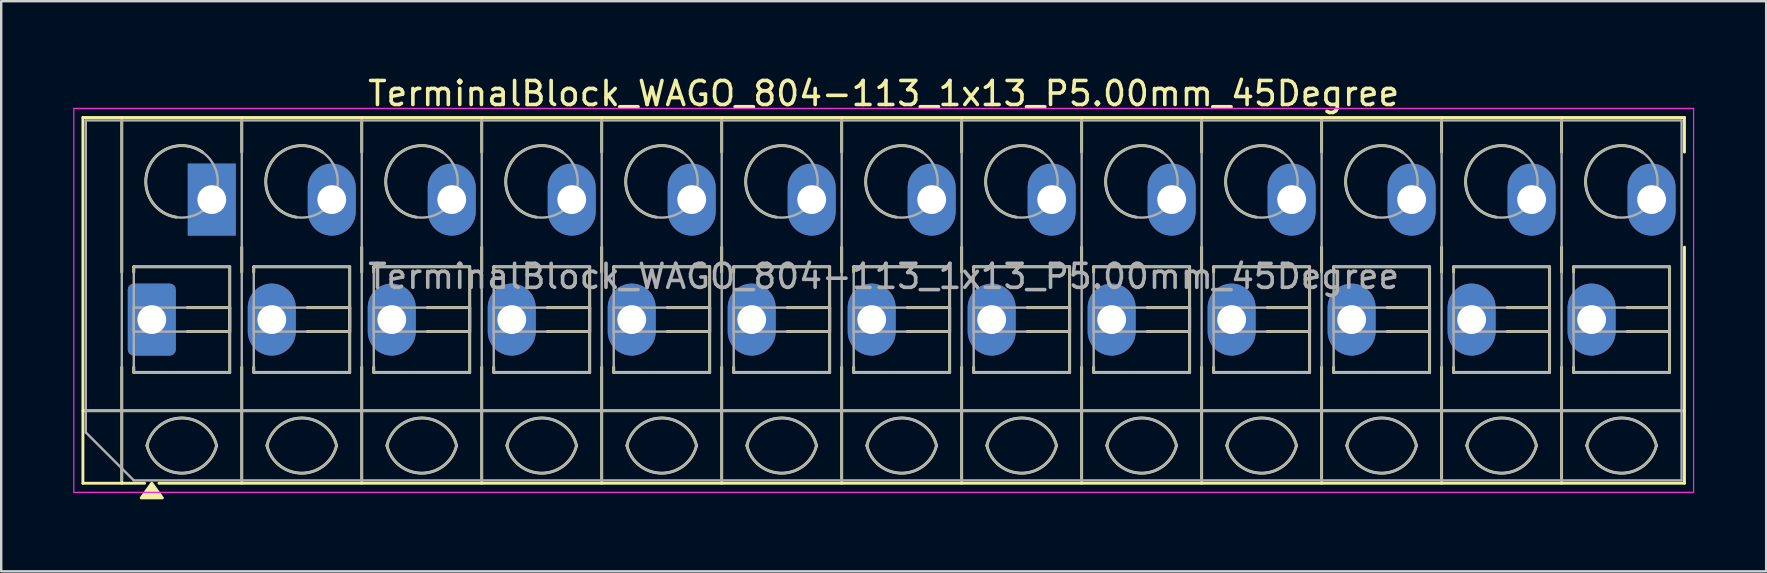
<source format=kicad_pcb>
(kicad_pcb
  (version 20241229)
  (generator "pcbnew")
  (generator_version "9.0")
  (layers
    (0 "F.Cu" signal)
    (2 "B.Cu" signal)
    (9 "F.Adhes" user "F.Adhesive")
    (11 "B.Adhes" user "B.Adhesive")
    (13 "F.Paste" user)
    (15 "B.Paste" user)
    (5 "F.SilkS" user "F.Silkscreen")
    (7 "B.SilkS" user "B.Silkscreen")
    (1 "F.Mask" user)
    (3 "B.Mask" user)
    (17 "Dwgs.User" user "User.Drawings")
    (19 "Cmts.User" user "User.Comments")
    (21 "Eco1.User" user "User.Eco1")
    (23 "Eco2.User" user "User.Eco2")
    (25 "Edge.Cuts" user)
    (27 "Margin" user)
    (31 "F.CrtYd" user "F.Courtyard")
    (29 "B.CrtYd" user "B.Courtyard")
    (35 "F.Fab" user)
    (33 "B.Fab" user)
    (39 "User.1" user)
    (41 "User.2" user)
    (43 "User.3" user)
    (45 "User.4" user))
  (footprint "TerminalBlock_WAGO_804-113_1x13_P5.00mm_45Degree"
    (layer "F.Cu")
    (at 3.275 10.268)
    (property "Reference" "TerminalBlock_WAGO_804-113_1x13_P5.00mm_45Degree" (at 30.5 -9.42 0) (layer "F.SilkS") (effects (font (size 1 1) (thickness 0.15))))
    (attr through_hole)
    (fp_line (start -2.87 -8.42) (end 63.87 -8.42) (stroke (width 0.12) (type solid)) (layer "F.SilkS"))
    (fp_line (start -2.87 3.8) (end 63.87 3.8) (stroke (width 0.12) (type solid)) (layer "F.SilkS"))
    (fp_line (start -2.87 6.82) (end -2.87 -8.42) (stroke (width 0.12) (type solid)) (layer "F.SilkS"))
    (fp_line (start -1.25 -8.42) (end -1.25 -1.98) (stroke (width 0.12) (type solid)) (layer "F.SilkS"))
    (fp_line (start -1.25 1.98) (end -1.25 6.82) (stroke (width 0.12) (type solid)) (layer "F.SilkS"))
    (fp_line (start -0.75 -2.2) (end 3.25 -2.2) (stroke (width 0.12) (type solid)) (layer "F.SilkS"))
    (fp_line (start -0.75 -1.98) (end -0.75 -2.2) (stroke (width 0.12) (type solid)) (layer "F.SilkS"))
    (fp_line (start -0.75 2.2) (end -0.75 1.98) (stroke (width 0.12) (type solid)) (layer "F.SilkS"))
    (fp_line (start -0.3 6.82) (end -2.87 6.82) (stroke (width 0.12) (type solid)) (layer "F.SilkS"))
    (fp_line (start 1.48 -0.5) (end 3.25 -0.5) (stroke (width 0.12) (type solid)) (layer "F.SilkS"))
    (fp_line (start 3.25 -2.2) (end 3.25 2.2) (stroke (width 0.12) (type solid)) (layer "F.SilkS"))
    (fp_line (start 3.25 -0.5) (end 3.25 0.5) (stroke (width 0.12) (type solid)) (layer "F.SilkS"))
    (fp_line (start 3.25 0.5) (end 1.48 0.5) (stroke (width 0.12) (type solid)) (layer "F.SilkS"))
    (fp_line (start 3.25 2.2) (end -0.75 2.2) (stroke (width 0.12) (type solid)) (layer "F.SilkS"))
    (fp_line (start 3.75 -8.42) (end 3.75 -6.98) (stroke (width 0.12) (type solid)) (layer "F.SilkS"))
    (fp_line (start 3.75 -3.02) (end 3.75 -1.98) (stroke (width 0.12) (type solid)) (layer "F.SilkS"))
    (fp_line (start 3.75 1.98) (end 3.75 6.82) (stroke (width 0.12) (type solid)) (layer "F.SilkS"))
    (fp_line (start 4.25 -2.2) (end 8.25 -2.2) (stroke (width 0.12) (type solid)) (layer "F.SilkS"))
    (fp_line (start 4.25 -1.98) (end 4.25 -2.2) (stroke (width 0.12) (type solid)) (layer "F.SilkS"))
    (fp_line (start 4.25 2.2) (end 4.25 1.98) (stroke (width 0.12) (type solid)) (layer "F.SilkS"))
    (fp_line (start 6.48 -0.5) (end 8.25 -0.5) (stroke (width 0.12) (type solid)) (layer "F.SilkS"))
    (fp_line (start 8.25 -2.2) (end 8.25 2.2) (stroke (width 0.12) (type solid)) (layer "F.SilkS"))
    (fp_line (start 8.25 -0.5) (end 8.25 0.5) (stroke (width 0.12) (type solid)) (layer "F.SilkS"))
    (fp_line (start 8.25 0.5) (end 6.48 0.5) (stroke (width 0.12) (type solid)) (layer "F.SilkS"))
    (fp_line (start 8.25 2.2) (end 4.25 2.2) (stroke (width 0.12) (type solid)) (layer "F.SilkS"))
    (fp_line (start 8.75 -8.42) (end 8.75 -6.98) (stroke (width 0.12) (type solid)) (layer "F.SilkS"))
    (fp_line (start 8.75 -3.02) (end 8.75 -1.98) (stroke (width 0.12) (type solid)) (layer "F.SilkS"))
    (fp_line (start 8.75 1.98) (end 8.75 6.82) (stroke (width 0.12) (type solid)) (layer "F.SilkS"))
    (fp_line (start 9.25 -2.2) (end 13.25 -2.2) (stroke (width 0.12) (type solid)) (layer "F.SilkS"))
    (fp_line (start 9.25 -1.98) (end 9.25 -2.2) (stroke (width 0.12) (type solid)) (layer "F.SilkS"))
    (fp_line (start 9.25 2.2) (end 9.25 1.98) (stroke (width 0.12) (type solid)) (layer "F.SilkS"))
    (fp_line (start 11.48 -0.5) (end 13.25 -0.5) (stroke (width 0.12) (type solid)) (layer "F.SilkS"))
    (fp_line (start 13.25 -2.2) (end 13.25 2.2) (stroke (width 0.12) (type solid)) (layer "F.SilkS"))
    (fp_line (start 13.25 -0.5) (end 13.25 0.5) (stroke (width 0.12) (type solid)) (layer "F.SilkS"))
    (fp_line (start 13.25 0.5) (end 11.48 0.5) (stroke (width 0.12) (type solid)) (layer "F.SilkS"))
    (fp_line (start 13.25 2.2) (end 9.25 2.2) (stroke (width 0.12) (type solid)) (layer "F.SilkS"))
    (fp_line (start 13.75 -8.42) (end 13.75 -6.98) (stroke (width 0.12) (type solid)) (layer "F.SilkS"))
    (fp_line (start 13.75 -3.02) (end 13.75 -1.98) (stroke (width 0.12) (type solid)) (layer "F.SilkS"))
    (fp_line (start 13.75 1.98) (end 13.75 6.82) (stroke (width 0.12) (type solid)) (layer "F.SilkS"))
    (fp_line (start 14.25 -2.2) (end 18.25 -2.2) (stroke (width 0.12) (type solid)) (layer "F.SilkS"))
    (fp_line (start 14.25 -1.98) (end 14.25 -2.2) (stroke (width 0.12) (type solid)) (layer "F.SilkS"))
    (fp_line (start 14.25 2.2) (end 14.25 1.98) (stroke (width 0.12) (type solid)) (layer "F.SilkS"))
    (fp_line (start 16.48 -0.5) (end 18.25 -0.5) (stroke (width 0.12) (type solid)) (layer "F.SilkS"))
    (fp_line (start 18.25 -2.2) (end 18.25 2.2) (stroke (width 0.12) (type solid)) (layer "F.SilkS"))
    (fp_line (start 18.25 -0.5) (end 18.25 0.5) (stroke (width 0.12) (type solid)) (layer "F.SilkS"))
    (fp_line (start 18.25 0.5) (end 16.48 0.5) (stroke (width 0.12) (type solid)) (layer "F.SilkS"))
    (fp_line (start 18.25 2.2) (end 14.25 2.2) (stroke (width 0.12) (type solid)) (layer "F.SilkS"))
    (fp_line (start 18.75 -8.42) (end 18.75 -6.98) (stroke (width 0.12) (type solid)) (layer "F.SilkS"))
    (fp_line (start 18.75 -3.02) (end 18.75 -1.98) (stroke (width 0.12) (type solid)) (layer "F.SilkS"))
    (fp_line (start 18.75 1.98) (end 18.75 6.82) (stroke (width 0.12) (type solid)) (layer "F.SilkS"))
    (fp_line (start 19.25 -2.2) (end 23.25 -2.2) (stroke (width 0.12) (type solid)) (layer "F.SilkS"))
    (fp_line (start 19.25 -1.98) (end 19.25 -2.2) (stroke (width 0.12) (type solid)) (layer "F.SilkS"))
    (fp_line (start 19.25 2.2) (end 19.25 1.98) (stroke (width 0.12) (type solid)) (layer "F.SilkS"))
    (fp_line (start 21.48 -0.5) (end 23.25 -0.5) (stroke (width 0.12) (type solid)) (layer "F.SilkS"))
    (fp_line (start 23.25 -2.2) (end 23.25 2.2) (stroke (width 0.12) (type solid)) (layer "F.SilkS"))
    (fp_line (start 23.25 -0.5) (end 23.25 0.5) (stroke (width 0.12) (type solid)) (layer "F.SilkS"))
    (fp_line (start 23.25 0.5) (end 21.48 0.5) (stroke (width 0.12) (type solid)) (layer "F.SilkS"))
    (fp_line (start 23.25 2.2) (end 19.25 2.2) (stroke (width 0.12) (type solid)) (layer "F.SilkS"))
    (fp_line (start 23.75 -8.42) (end 23.75 -6.98) (stroke (width 0.12) (type solid)) (layer "F.SilkS"))
    (fp_line (start 23.75 -3.02) (end 23.75 -1.98) (stroke (width 0.12) (type solid)) (layer "F.SilkS"))
    (fp_line (start 23.75 1.98) (end 23.75 6.82) (stroke (width 0.12) (type solid)) (layer "F.SilkS"))
    (fp_line (start 24.25 -2.2) (end 28.25 -2.2) (stroke (width 0.12) (type solid)) (layer "F.SilkS"))
    (fp_line (start 24.25 -1.98) (end 24.25 -2.2) (stroke (width 0.12) (type solid)) (layer "F.SilkS"))
    (fp_line (start 24.25 2.2) (end 24.25 1.98) (stroke (width 0.12) (type solid)) (layer "F.SilkS"))
    (fp_line (start 26.48 -0.5) (end 28.25 -0.5) (stroke (width 0.12) (type solid)) (layer "F.SilkS"))
    (fp_line (start 28.25 -2.2) (end 28.25 2.2) (stroke (width 0.12) (type solid)) (layer "F.SilkS"))
    (fp_line (start 28.25 -0.5) (end 28.25 0.5) (stroke (width 0.12) (type solid)) (layer "F.SilkS"))
    (fp_line (start 28.25 0.5) (end 26.48 0.5) (stroke (width 0.12) (type solid)) (layer "F.SilkS"))
    (fp_line (start 28.25 2.2) (end 24.25 2.2) (stroke (width 0.12) (type solid)) (layer "F.SilkS"))
    (fp_line (start 28.75 -8.42) (end 28.75 -6.98) (stroke (width 0.12) (type solid)) (layer "F.SilkS"))
    (fp_line (start 28.75 -3.02) (end 28.75 -1.98) (stroke (width 0.12) (type solid)) (layer "F.SilkS"))
    (fp_line (start 28.75 1.98) (end 28.75 6.82) (stroke (width 0.12) (type solid)) (layer "F.SilkS"))
    (fp_line (start 29.25 -2.2) (end 33.25 -2.2) (stroke (width 0.12) (type solid)) (layer "F.SilkS"))
    (fp_line (start 29.25 -1.98) (end 29.25 -2.2) (stroke (width 0.12) (type solid)) (layer "F.SilkS"))
    (fp_line (start 29.25 2.2) (end 29.25 1.98) (stroke (width 0.12) (type solid)) (layer "F.SilkS"))
    (fp_line (start 31.48 -0.5) (end 33.25 -0.5) (stroke (width 0.12) (type solid)) (layer "F.SilkS"))
    (fp_line (start 33.25 -2.2) (end 33.25 2.2) (stroke (width 0.12) (type solid)) (layer "F.SilkS"))
    (fp_line (start 33.25 -0.5) (end 33.25 0.5) (stroke (width 0.12) (type solid)) (layer "F.SilkS"))
    (fp_line (start 33.25 0.5) (end 31.48 0.5) (stroke (width 0.12) (type solid)) (layer "F.SilkS"))
    (fp_line (start 33.25 2.2) (end 29.25 2.2) (stroke (width 0.12) (type solid)) (layer "F.SilkS"))
    (fp_line (start 33.75 -8.42) (end 33.75 -6.98) (stroke (width 0.12) (type solid)) (layer "F.SilkS"))
    (fp_line (start 33.75 -3.02) (end 33.75 -1.98) (stroke (width 0.12) (type solid)) (layer "F.SilkS"))
    (fp_line (start 33.75 1.98) (end 33.75 6.82) (stroke (width 0.12) (type solid)) (layer "F.SilkS"))
    (fp_line (start 34.25 -2.2) (end 38.25 -2.2) (stroke (width 0.12) (type solid)) (layer "F.SilkS"))
    (fp_line (start 34.25 -1.98) (end 34.25 -2.2) (stroke (width 0.12) (type solid)) (layer "F.SilkS"))
    (fp_line (start 34.25 2.2) (end 34.25 1.98) (stroke (width 0.12) (type solid)) (layer "F.SilkS"))
    (fp_line (start 36.48 -0.5) (end 38.25 -0.5) (stroke (width 0.12) (type solid)) (layer "F.SilkS"))
    (fp_line (start 38.25 -2.2) (end 38.25 2.2) (stroke (width 0.12) (type solid)) (layer "F.SilkS"))
    (fp_line (start 38.25 -0.5) (end 38.25 0.5) (stroke (width 0.12) (type solid)) (layer "F.SilkS"))
    (fp_line (start 38.25 0.5) (end 36.48 0.5) (stroke (width 0.12) (type solid)) (layer "F.SilkS"))
    (fp_line (start 38.25 2.2) (end 34.25 2.2) (stroke (width 0.12) (type solid)) (layer "F.SilkS"))
    (fp_line (start 38.75 -8.42) (end 38.75 -6.98) (stroke (width 0.12) (type solid)) (layer "F.SilkS"))
    (fp_line (start 38.75 -3.02) (end 38.75 -1.98) (stroke (width 0.12) (type solid)) (layer "F.SilkS"))
    (fp_line (start 38.75 1.98) (end 38.75 6.82) (stroke (width 0.12) (type solid)) (layer "F.SilkS"))
    (fp_line (start 39.25 -2.2) (end 43.25 -2.2) (stroke (width 0.12) (type solid)) (layer "F.SilkS"))
    (fp_line (start 39.25 -1.98) (end 39.25 -2.2) (stroke (width 0.12) (type solid)) (layer "F.SilkS"))
    (fp_line (start 39.25 2.2) (end 39.25 1.98) (stroke (width 0.12) (type solid)) (layer "F.SilkS"))
    (fp_line (start 41.48 -0.5) (end 43.25 -0.5) (stroke (width 0.12) (type solid)) (layer "F.SilkS"))
    (fp_line (start 43.25 -2.2) (end 43.25 2.2) (stroke (width 0.12) (type solid)) (layer "F.SilkS"))
    (fp_line (start 43.25 -0.5) (end 43.25 0.5) (stroke (width 0.12) (type solid)) (layer "F.SilkS"))
    (fp_line (start 43.25 0.5) (end 41.48 0.5) (stroke (width 0.12) (type solid)) (layer "F.SilkS"))
    (fp_line (start 43.25 2.2) (end 39.25 2.2) (stroke (width 0.12) (type solid)) (layer "F.SilkS"))
    (fp_line (start 43.75 -8.42) (end 43.75 -6.98) (stroke (width 0.12) (type solid)) (layer "F.SilkS"))
    (fp_line (start 43.75 -3.02) (end 43.75 -1.98) (stroke (width 0.12) (type solid)) (layer "F.SilkS"))
    (fp_line (start 43.75 1.98) (end 43.75 6.82) (stroke (width 0.12) (type solid)) (layer "F.SilkS"))
    (fp_line (start 44.25 -2.2) (end 48.25 -2.2) (stroke (width 0.12) (type solid)) (layer "F.SilkS"))
    (fp_line (start 44.25 -1.98) (end 44.25 -2.2) (stroke (width 0.12) (type solid)) (layer "F.SilkS"))
    (fp_line (start 44.25 2.2) (end 44.25 1.98) (stroke (width 0.12) (type solid)) (layer "F.SilkS"))
    (fp_line (start 46.48 -0.5) (end 48.25 -0.5) (stroke (width 0.12) (type solid)) (layer "F.SilkS"))
    (fp_line (start 48.25 -2.2) (end 48.25 2.2) (stroke (width 0.12) (type solid)) (layer "F.SilkS"))
    (fp_line (start 48.25 -0.5) (end 48.25 0.5) (stroke (width 0.12) (type solid)) (layer "F.SilkS"))
    (fp_line (start 48.25 0.5) (end 46.48 0.5) (stroke (width 0.12) (type solid)) (layer "F.SilkS"))
    (fp_line (start 48.25 2.2) (end 44.25 2.2) (stroke (width 0.12) (type solid)) (layer "F.SilkS"))
    (fp_line (start 48.75 -8.42) (end 48.75 -6.98) (stroke (width 0.12) (type solid)) (layer "F.SilkS"))
    (fp_line (start 48.75 -3.02) (end 48.75 -1.98) (stroke (width 0.12) (type solid)) (layer "F.SilkS"))
    (fp_line (start 48.75 1.98) (end 48.75 6.82) (stroke (width 0.12) (type solid)) (layer "F.SilkS"))
    (fp_line (start 49.25 -2.2) (end 53.25 -2.2) (stroke (width 0.12) (type solid)) (layer "F.SilkS"))
    (fp_line (start 49.25 -1.98) (end 49.25 -2.2) (stroke (width 0.12) (type solid)) (layer "F.SilkS"))
    (fp_line (start 49.25 2.2) (end 49.25 1.98) (stroke (width 0.12) (type solid)) (layer "F.SilkS"))
    (fp_line (start 51.48 -0.5) (end 53.25 -0.5) (stroke (width 0.12) (type solid)) (layer "F.SilkS"))
    (fp_line (start 53.25 -2.2) (end 53.25 2.2) (stroke (width 0.12) (type solid)) (layer "F.SilkS"))
    (fp_line (start 53.25 -0.5) (end 53.25 0.5) (stroke (width 0.12) (type solid)) (layer "F.SilkS"))
    (fp_line (start 53.25 0.5) (end 51.48 0.5) (stroke (width 0.12) (type solid)) (layer "F.SilkS"))
    (fp_line (start 53.25 2.2) (end 49.25 2.2) (stroke (width 0.12) (type solid)) (layer "F.SilkS"))
    (fp_line (start 53.75 -8.42) (end 53.75 -6.98) (stroke (width 0.12) (type solid)) (layer "F.SilkS"))
    (fp_line (start 53.75 -3.02) (end 53.75 -1.98) (stroke (width 0.12) (type solid)) (layer "F.SilkS"))
    (fp_line (start 53.75 1.98) (end 53.75 6.82) (stroke (width 0.12) (type solid)) (layer "F.SilkS"))
    (fp_line (start 54.25 -2.2) (end 58.25 -2.2) (stroke (width 0.12) (type solid)) (layer "F.SilkS"))
    (fp_line (start 54.25 -1.98) (end 54.25 -2.2) (stroke (width 0.12) (type solid)) (layer "F.SilkS"))
    (fp_line (start 54.25 2.2) (end 54.25 1.98) (stroke (width 0.12) (type solid)) (layer "F.SilkS"))
    (fp_line (start 56.48 -0.5) (end 58.25 -0.5) (stroke (width 0.12) (type solid)) (layer "F.SilkS"))
    (fp_line (start 58.25 -2.2) (end 58.25 2.2) (stroke (width 0.12) (type solid)) (layer "F.SilkS"))
    (fp_line (start 58.25 -0.5) (end 58.25 0.5) (stroke (width 0.12) (type solid)) (layer "F.SilkS"))
    (fp_line (start 58.25 0.5) (end 56.48 0.5) (stroke (width 0.12) (type solid)) (layer "F.SilkS"))
    (fp_line (start 58.25 2.2) (end 54.25 2.2) (stroke (width 0.12) (type solid)) (layer "F.SilkS"))
    (fp_line (start 58.75 -8.42) (end 58.75 -6.98) (stroke (width 0.12) (type solid)) (layer "F.SilkS"))
    (fp_line (start 58.75 -3.02) (end 58.75 -1.98) (stroke (width 0.12) (type solid)) (layer "F.SilkS"))
    (fp_line (start 58.75 1.98) (end 58.75 6.82) (stroke (width 0.12) (type solid)) (layer "F.SilkS"))
    (fp_line (start 59.25 -2.2) (end 63.25 -2.2) (stroke (width 0.12) (type solid)) (layer "F.SilkS"))
    (fp_line (start 59.25 -1.98) (end 59.25 -2.2) (stroke (width 0.12) (type solid)) (layer "F.SilkS"))
    (fp_line (start 59.25 2.2) (end 59.25 1.98) (stroke (width 0.12) (type solid)) (layer "F.SilkS"))
    (fp_line (start 61.48 -0.5) (end 63.25 -0.5) (stroke (width 0.12) (type solid)) (layer "F.SilkS"))
    (fp_line (start 63.25 -2.2) (end 63.25 2.2) (stroke (width 0.12) (type solid)) (layer "F.SilkS"))
    (fp_line (start 63.25 -0.5) (end 63.25 0.5) (stroke (width 0.12) (type solid)) (layer "F.SilkS"))
    (fp_line (start 63.25 0.5) (end 61.48 0.5) (stroke (width 0.12) (type solid)) (layer "F.SilkS"))
    (fp_line (start 63.25 2.2) (end 59.25 2.2) (stroke (width 0.12) (type solid)) (layer "F.SilkS"))
    (fp_line (start 63.87 -8.42) (end 63.87 -6.98) (stroke (width 0.12) (type solid)) (layer "F.SilkS"))
    (fp_line (start 63.87 -3.02) (end 63.87 6.82) (stroke (width 0.12) (type solid)) (layer "F.SilkS"))
    (fp_line (start 63.87 6.82) (end 0.3 6.82) (stroke (width 0.12) (type solid)) (layer "F.SilkS"))
    (fp_arc (start -0.2 5.25) (mid 1.25 4.1) (end 2.7 5.25) (stroke (width 0.12) (type solid)) (layer "F.SilkS"))
    (fp_arc (start 1.02 -4.268) (mid -0.141916 -6.309209) (end 2.109 -6.98) (stroke (width 0.12) (type solid)) (layer "F.SilkS"))
    (fp_arc (start 2.7 5.25) (mid 1.25 6.4) (end -0.2 5.25) (stroke (width 0.12) (type solid)) (layer "F.SilkS"))
    (fp_arc (start 4.8 5.25) (mid 6.25 4.1) (end 7.7 5.25) (stroke (width 0.12) (type solid)) (layer "F.SilkS"))
    (fp_arc (start 6.02 -4.268) (mid 4.858084 -6.309209) (end 7.109 -6.98) (stroke (width 0.12) (type solid)) (layer "F.SilkS"))
    (fp_arc (start 7.7 5.25) (mid 6.25 6.4) (end 4.8 5.25) (stroke (width 0.12) (type solid)) (layer "F.SilkS"))
    (fp_arc (start 9.8 5.25) (mid 11.25 4.1) (end 12.7 5.25) (stroke (width 0.12) (type solid)) (layer "F.SilkS"))
    (fp_arc (start 11.02 -4.268) (mid 9.858084 -6.309209) (end 12.109 -6.98) (stroke (width 0.12) (type solid)) (layer "F.SilkS"))
    (fp_arc (start 12.7 5.25) (mid 11.25 6.4) (end 9.8 5.25) (stroke (width 0.12) (type solid)) (layer "F.SilkS"))
    (fp_arc (start 14.8 5.25) (mid 16.25 4.1) (end 17.7 5.25) (stroke (width 0.12) (type solid)) (layer "F.SilkS"))
    (fp_arc (start 16.02 -4.268) (mid 14.858084 -6.309209) (end 17.109 -6.98) (stroke (width 0.12) (type solid)) (layer "F.SilkS"))
    (fp_arc (start 17.7 5.25) (mid 16.25 6.4) (end 14.8 5.25) (stroke (width 0.12) (type solid)) (layer "F.SilkS"))
    (fp_arc (start 19.8 5.25) (mid 21.25 4.1) (end 22.7 5.25) (stroke (width 0.12) (type solid)) (layer "F.SilkS"))
    (fp_arc (start 21.02 -4.268) (mid 19.858084 -6.309209) (end 22.109 -6.98) (stroke (width 0.12) (type solid)) (layer "F.SilkS"))
    (fp_arc (start 22.7 5.25) (mid 21.25 6.4) (end 19.8 5.25) (stroke (width 0.12) (type solid)) (layer "F.SilkS"))
    (fp_arc (start 24.8 5.25) (mid 26.25 4.1) (end 27.7 5.25) (stroke (width 0.12) (type solid)) (layer "F.SilkS"))
    (fp_arc (start 26.02 -4.268) (mid 24.858084 -6.309209) (end 27.109 -6.98) (stroke (width 0.12) (type solid)) (layer "F.SilkS"))
    (fp_arc (start 27.7 5.25) (mid 26.25 6.4) (end 24.8 5.25) (stroke (width 0.12) (type solid)) (layer "F.SilkS"))
    (fp_arc (start 29.8 5.25) (mid 31.25 4.1) (end 32.7 5.25) (stroke (width 0.12) (type solid)) (layer "F.SilkS"))
    (fp_arc (start 31.02 -4.268) (mid 29.858084 -6.309209) (end 32.109 -6.98) (stroke (width 0.12) (type solid)) (layer "F.SilkS"))
    (fp_arc (start 32.7 5.25) (mid 31.25 6.4) (end 29.8 5.25) (stroke (width 0.12) (type solid)) (layer "F.SilkS"))
    (fp_arc (start 34.8 5.25) (mid 36.25 4.1) (end 37.7 5.25) (stroke (width 0.12) (type solid)) (layer "F.SilkS"))
    (fp_arc (start 36.02 -4.268) (mid 34.858084 -6.309209) (end 37.109 -6.98) (stroke (width 0.12) (type solid)) (layer "F.SilkS"))
    (fp_arc (start 37.7 5.25) (mid 36.25 6.4) (end 34.8 5.25) (stroke (width 0.12) (type solid)) (layer "F.SilkS"))
    (fp_arc (start 39.8 5.25) (mid 41.25 4.1) (end 42.7 5.25) (stroke (width 0.12) (type solid)) (layer "F.SilkS"))
    (fp_arc (start 41.02 -4.268) (mid 39.858084 -6.309209) (end 42.109 -6.98) (stroke (width 0.12) (type solid)) (layer "F.SilkS"))
    (fp_arc (start 42.7 5.25) (mid 41.25 6.4) (end 39.8 5.25) (stroke (width 0.12) (type solid)) (layer "F.SilkS"))
    (fp_arc (start 44.8 5.25) (mid 46.25 4.1) (end 47.7 5.25) (stroke (width 0.12) (type solid)) (layer "F.SilkS"))
    (fp_arc (start 46.02 -4.268) (mid 44.858084 -6.309209) (end 47.109 -6.98) (stroke (width 0.12) (type solid)) (layer "F.SilkS"))
    (fp_arc (start 47.7 5.25) (mid 46.25 6.4) (end 44.8 5.25) (stroke (width 0.12) (type solid)) (layer "F.SilkS"))
    (fp_arc (start 49.8 5.25) (mid 51.25 4.1) (end 52.7 5.25) (stroke (width 0.12) (type solid)) (layer "F.SilkS"))
    (fp_arc (start 51.02 -4.268) (mid 49.858084 -6.309209) (end 52.109 -6.98) (stroke (width 0.12) (type solid)) (layer "F.SilkS"))
    (fp_arc (start 52.7 5.25) (mid 51.25 6.4) (end 49.8 5.25) (stroke (width 0.12) (type solid)) (layer "F.SilkS"))
    (fp_arc (start 54.8 5.25) (mid 56.25 4.1) (end 57.7 5.25) (stroke (width 0.12) (type solid)) (layer "F.SilkS"))
    (fp_arc (start 56.02 -4.268) (mid 54.858084 -6.309209) (end 57.109 -6.98) (stroke (width 0.12) (type solid)) (layer "F.SilkS"))
    (fp_arc (start 57.7 5.25) (mid 56.25 6.4) (end 54.8 5.25) (stroke (width 0.12) (type solid)) (layer "F.SilkS"))
    (fp_arc (start 59.8 5.25) (mid 61.25 4.1) (end 62.7 5.25) (stroke (width 0.12) (type solid)) (layer "F.SilkS"))
    (fp_arc (start 61.02 -4.268) (mid 59.858084 -6.309209) (end 62.109 -6.98) (stroke (width 0.12) (type solid)) (layer "F.SilkS"))
    (fp_arc (start 62.7 5.25) (mid 61.25 6.4) (end 59.8 5.25) (stroke (width 0.12) (type solid)) (layer "F.SilkS"))
    (fp_poly (pts (xy 0 6.82) (xy 0.44 7.43) (xy -0.44 7.43)) (stroke (width 0.12) (type solid)) (fill yes) (layer "F.SilkS"))
    (fp_line (start -3.25 -8.8) (end -3.25 7.2) (stroke (width 0.05) (type solid)) (layer "F.CrtYd"))
    (fp_line (start -3.25 7.2) (end 64.25 7.2) (stroke (width 0.05) (type solid)) (layer "F.CrtYd"))
    (fp_line (start 64.25 -8.8) (end -3.25 -8.8) (stroke (width 0.05) (type solid)) (layer "F.CrtYd"))
    (fp_line (start 64.25 7.2) (end 64.25 -8.8) (stroke (width 0.05) (type solid)) (layer "F.CrtYd"))
    (fp_line (start -2.75 -8.3) (end 63.75 -8.3) (stroke (width 0.1) (type solid)) (layer "F.Fab"))
    (fp_line (start -2.75 3.8) (end 63.75 3.8) (stroke (width 0.1) (type solid)) (layer "F.Fab"))
    (fp_line (start -2.75 4.7) (end -2.75 -8.3) (stroke (width 0.1) (type solid)) (layer "F.Fab"))
    (fp_line (start -1.25 -8.3) (end -1.25 6.7) (stroke (width 0.1) (type solid)) (layer "F.Fab"))
    (fp_line (start -0.75 -2.2) (end -0.75 2.2) (stroke (width 0.1) (type solid)) (layer "F.Fab"))
    (fp_line (start -0.75 -0.5) (end -0.75 0.5) (stroke (width 0.1) (type solid)) (layer "F.Fab"))
    (fp_line (start -0.75 0.5) (end 3.25 0.5) (stroke (width 0.1) (type solid)) (layer "F.Fab"))
    (fp_line (start -0.75 2.2) (end 3.25 2.2) (stroke (width 0.1) (type solid)) (layer "F.Fab"))
    (fp_line (start -0.75 6.7) (end -2.75 4.7) (stroke (width 0.1) (type solid)) (layer "F.Fab"))
    (fp_line (start 3.25 -2.2) (end -0.75 -2.2) (stroke (width 0.1) (type solid)) (layer "F.Fab"))
    (fp_line (start 3.25 -0.5) (end -0.75 -0.5) (stroke (width 0.1) (type solid)) (layer "F.Fab"))
    (fp_line (start 3.25 0.5) (end 3.25 -0.5) (stroke (width 0.1) (type solid)) (layer "F.Fab"))
    (fp_line (start 3.25 2.2) (end 3.25 -2.2) (stroke (width 0.1) (type solid)) (layer "F.Fab"))
    (fp_line (start 3.75 -8.3) (end 3.75 6.7) (stroke (width 0.1) (type solid)) (layer "F.Fab"))
    (fp_line (start 4.25 -2.2) (end 4.25 2.2) (stroke (width 0.1) (type solid)) (layer "F.Fab"))
    (fp_line (start 4.25 -0.5) (end 4.25 0.5) (stroke (width 0.1) (type solid)) (layer "F.Fab"))
    (fp_line (start 4.25 0.5) (end 8.25 0.5) (stroke (width 0.1) (type solid)) (layer "F.Fab"))
    (fp_line (start 4.25 2.2) (end 8.25 2.2) (stroke (width 0.1) (type solid)) (layer "F.Fab"))
    (fp_line (start 8.25 -2.2) (end 4.25 -2.2) (stroke (width 0.1) (type solid)) (layer "F.Fab"))
    (fp_line (start 8.25 -0.5) (end 4.25 -0.5) (stroke (width 0.1) (type solid)) (layer "F.Fab"))
    (fp_line (start 8.25 0.5) (end 8.25 -0.5) (stroke (width 0.1) (type solid)) (layer "F.Fab"))
    (fp_line (start 8.25 2.2) (end 8.25 -2.2) (stroke (width 0.1) (type solid)) (layer "F.Fab"))
    (fp_line (start 8.75 -8.3) (end 8.75 6.7) (stroke (width 0.1) (type solid)) (layer "F.Fab"))
    (fp_line (start 9.25 -2.2) (end 9.25 2.2) (stroke (width 0.1) (type solid)) (layer "F.Fab"))
    (fp_line (start 9.25 -0.5) (end 9.25 0.5) (stroke (width 0.1) (type solid)) (layer "F.Fab"))
    (fp_line (start 9.25 0.5) (end 13.25 0.5) (stroke (width 0.1) (type solid)) (layer "F.Fab"))
    (fp_line (start 9.25 2.2) (end 13.25 2.2) (stroke (width 0.1) (type solid)) (layer "F.Fab"))
    (fp_line (start 13.25 -2.2) (end 9.25 -2.2) (stroke (width 0.1) (type solid)) (layer "F.Fab"))
    (fp_line (start 13.25 -0.5) (end 9.25 -0.5) (stroke (width 0.1) (type solid)) (layer "F.Fab"))
    (fp_line (start 13.25 0.5) (end 13.25 -0.5) (stroke (width 0.1) (type solid)) (layer "F.Fab"))
    (fp_line (start 13.25 2.2) (end 13.25 -2.2) (stroke (width 0.1) (type solid)) (layer "F.Fab"))
    (fp_line (start 13.75 -8.3) (end 13.75 6.7) (stroke (width 0.1) (type solid)) (layer "F.Fab"))
    (fp_line (start 14.25 -2.2) (end 14.25 2.2) (stroke (width 0.1) (type solid)) (layer "F.Fab"))
    (fp_line (start 14.25 -0.5) (end 14.25 0.5) (stroke (width 0.1) (type solid)) (layer "F.Fab"))
    (fp_line (start 14.25 0.5) (end 18.25 0.5) (stroke (width 0.1) (type solid)) (layer "F.Fab"))
    (fp_line (start 14.25 2.2) (end 18.25 2.2) (stroke (width 0.1) (type solid)) (layer "F.Fab"))
    (fp_line (start 18.25 -2.2) (end 14.25 -2.2) (stroke (width 0.1) (type solid)) (layer "F.Fab"))
    (fp_line (start 18.25 -0.5) (end 14.25 -0.5) (stroke (width 0.1) (type solid)) (layer "F.Fab"))
    (fp_line (start 18.25 0.5) (end 18.25 -0.5) (stroke (width 0.1) (type solid)) (layer "F.Fab"))
    (fp_line (start 18.25 2.2) (end 18.25 -2.2) (stroke (width 0.1) (type solid)) (layer "F.Fab"))
    (fp_line (start 18.75 -8.3) (end 18.75 6.7) (stroke (width 0.1) (type solid)) (layer "F.Fab"))
    (fp_line (start 19.25 -2.2) (end 19.25 2.2) (stroke (width 0.1) (type solid)) (layer "F.Fab"))
    (fp_line (start 19.25 -0.5) (end 19.25 0.5) (stroke (width 0.1) (type solid)) (layer "F.Fab"))
    (fp_line (start 19.25 0.5) (end 23.25 0.5) (stroke (width 0.1) (type solid)) (layer "F.Fab"))
    (fp_line (start 19.25 2.2) (end 23.25 2.2) (stroke (width 0.1) (type solid)) (layer "F.Fab"))
    (fp_line (start 23.25 -2.2) (end 19.25 -2.2) (stroke (width 0.1) (type solid)) (layer "F.Fab"))
    (fp_line (start 23.25 -0.5) (end 19.25 -0.5) (stroke (width 0.1) (type solid)) (layer "F.Fab"))
    (fp_line (start 23.25 0.5) (end 23.25 -0.5) (stroke (width 0.1) (type solid)) (layer "F.Fab"))
    (fp_line (start 23.25 2.2) (end 23.25 -2.2) (stroke (width 0.1) (type solid)) (layer "F.Fab"))
    (fp_line (start 23.75 -8.3) (end 23.75 6.7) (stroke (width 0.1) (type solid)) (layer "F.Fab"))
    (fp_line (start 24.25 -2.2) (end 24.25 2.2) (stroke (width 0.1) (type solid)) (layer "F.Fab"))
    (fp_line (start 24.25 -0.5) (end 24.25 0.5) (stroke (width 0.1) (type solid)) (layer "F.Fab"))
    (fp_line (start 24.25 0.5) (end 28.25 0.5) (stroke (width 0.1) (type solid)) (layer "F.Fab"))
    (fp_line (start 24.25 2.2) (end 28.25 2.2) (stroke (width 0.1) (type solid)) (layer "F.Fab"))
    (fp_line (start 28.25 -2.2) (end 24.25 -2.2) (stroke (width 0.1) (type solid)) (layer "F.Fab"))
    (fp_line (start 28.25 -0.5) (end 24.25 -0.5) (stroke (width 0.1) (type solid)) (layer "F.Fab"))
    (fp_line (start 28.25 0.5) (end 28.25 -0.5) (stroke (width 0.1) (type solid)) (layer "F.Fab"))
    (fp_line (start 28.25 2.2) (end 28.25 -2.2) (stroke (width 0.1) (type solid)) (layer "F.Fab"))
    (fp_line (start 28.75 -8.3) (end 28.75 6.7) (stroke (width 0.1) (type solid)) (layer "F.Fab"))
    (fp_line (start 29.25 -2.2) (end 29.25 2.2) (stroke (width 0.1) (type solid)) (layer "F.Fab"))
    (fp_line (start 29.25 -0.5) (end 29.25 0.5) (stroke (width 0.1) (type solid)) (layer "F.Fab"))
    (fp_line (start 29.25 0.5) (end 33.25 0.5) (stroke (width 0.1) (type solid)) (layer "F.Fab"))
    (fp_line (start 29.25 2.2) (end 33.25 2.2) (stroke (width 0.1) (type solid)) (layer "F.Fab"))
    (fp_line (start 33.25 -2.2) (end 29.25 -2.2) (stroke (width 0.1) (type solid)) (layer "F.Fab"))
    (fp_line (start 33.25 -0.5) (end 29.25 -0.5) (stroke (width 0.1) (type solid)) (layer "F.Fab"))
    (fp_line (start 33.25 0.5) (end 33.25 -0.5) (stroke (width 0.1) (type solid)) (layer "F.Fab"))
    (fp_line (start 33.25 2.2) (end 33.25 -2.2) (stroke (width 0.1) (type solid)) (layer "F.Fab"))
    (fp_line (start 33.75 -8.3) (end 33.75 6.7) (stroke (width 0.1) (type solid)) (layer "F.Fab"))
    (fp_line (start 34.25 -2.2) (end 34.25 2.2) (stroke (width 0.1) (type solid)) (layer "F.Fab"))
    (fp_line (start 34.25 -0.5) (end 34.25 0.5) (stroke (width 0.1) (type solid)) (layer "F.Fab"))
    (fp_line (start 34.25 0.5) (end 38.25 0.5) (stroke (width 0.1) (type solid)) (layer "F.Fab"))
    (fp_line (start 34.25 2.2) (end 38.25 2.2) (stroke (width 0.1) (type solid)) (layer "F.Fab"))
    (fp_line (start 38.25 -2.2) (end 34.25 -2.2) (stroke (width 0.1) (type solid)) (layer "F.Fab"))
    (fp_line (start 38.25 -0.5) (end 34.25 -0.5) (stroke (width 0.1) (type solid)) (layer "F.Fab"))
    (fp_line (start 38.25 0.5) (end 38.25 -0.5) (stroke (width 0.1) (type solid)) (layer "F.Fab"))
    (fp_line (start 38.25 2.2) (end 38.25 -2.2) (stroke (width 0.1) (type solid)) (layer "F.Fab"))
    (fp_line (start 38.75 -8.3) (end 38.75 6.7) (stroke (width 0.1) (type solid)) (layer "F.Fab"))
    (fp_line (start 39.25 -2.2) (end 39.25 2.2) (stroke (width 0.1) (type solid)) (layer "F.Fab"))
    (fp_line (start 39.25 -0.5) (end 39.25 0.5) (stroke (width 0.1) (type solid)) (layer "F.Fab"))
    (fp_line (start 39.25 0.5) (end 43.25 0.5) (stroke (width 0.1) (type solid)) (layer "F.Fab"))
    (fp_line (start 39.25 2.2) (end 43.25 2.2) (stroke (width 0.1) (type solid)) (layer "F.Fab"))
    (fp_line (start 43.25 -2.2) (end 39.25 -2.2) (stroke (width 0.1) (type solid)) (layer "F.Fab"))
    (fp_line (start 43.25 -0.5) (end 39.25 -0.5) (stroke (width 0.1) (type solid)) (layer "F.Fab"))
    (fp_line (start 43.25 0.5) (end 43.25 -0.5) (stroke (width 0.1) (type solid)) (layer "F.Fab"))
    (fp_line (start 43.25 2.2) (end 43.25 -2.2) (stroke (width 0.1) (type solid)) (layer "F.Fab"))
    (fp_line (start 43.75 -8.3) (end 43.75 6.7) (stroke (width 0.1) (type solid)) (layer "F.Fab"))
    (fp_line (start 44.25 -2.2) (end 44.25 2.2) (stroke (width 0.1) (type solid)) (layer "F.Fab"))
    (fp_line (start 44.25 -0.5) (end 44.25 0.5) (stroke (width 0.1) (type solid)) (layer "F.Fab"))
    (fp_line (start 44.25 0.5) (end 48.25 0.5) (stroke (width 0.1) (type solid)) (layer "F.Fab"))
    (fp_line (start 44.25 2.2) (end 48.25 2.2) (stroke (width 0.1) (type solid)) (layer "F.Fab"))
    (fp_line (start 48.25 -2.2) (end 44.25 -2.2) (stroke (width 0.1) (type solid)) (layer "F.Fab"))
    (fp_line (start 48.25 -0.5) (end 44.25 -0.5) (stroke (width 0.1) (type solid)) (layer "F.Fab"))
    (fp_line (start 48.25 0.5) (end 48.25 -0.5) (stroke (width 0.1) (type solid)) (layer "F.Fab"))
    (fp_line (start 48.25 2.2) (end 48.25 -2.2) (stroke (width 0.1) (type solid)) (layer "F.Fab"))
    (fp_line (start 48.75 -8.3) (end 48.75 6.7) (stroke (width 0.1) (type solid)) (layer "F.Fab"))
    (fp_line (start 49.25 -2.2) (end 49.25 2.2) (stroke (width 0.1) (type solid)) (layer "F.Fab"))
    (fp_line (start 49.25 -0.5) (end 49.25 0.5) (stroke (width 0.1) (type solid)) (layer "F.Fab"))
    (fp_line (start 49.25 0.5) (end 53.25 0.5) (stroke (width 0.1) (type solid)) (layer "F.Fab"))
    (fp_line (start 49.25 2.2) (end 53.25 2.2) (stroke (width 0.1) (type solid)) (layer "F.Fab"))
    (fp_line (start 53.25 -2.2) (end 49.25 -2.2) (stroke (width 0.1) (type solid)) (layer "F.Fab"))
    (fp_line (start 53.25 -0.5) (end 49.25 -0.5) (stroke (width 0.1) (type solid)) (layer "F.Fab"))
    (fp_line (start 53.25 0.5) (end 53.25 -0.5) (stroke (width 0.1) (type solid)) (layer "F.Fab"))
    (fp_line (start 53.25 2.2) (end 53.25 -2.2) (stroke (width 0.1) (type solid)) (layer "F.Fab"))
    (fp_line (start 53.75 -8.3) (end 53.75 6.7) (stroke (width 0.1) (type solid)) (layer "F.Fab"))
    (fp_line (start 54.25 -2.2) (end 54.25 2.2) (stroke (width 0.1) (type solid)) (layer "F.Fab"))
    (fp_line (start 54.25 -0.5) (end 54.25 0.5) (stroke (width 0.1) (type solid)) (layer "F.Fab"))
    (fp_line (start 54.25 0.5) (end 58.25 0.5) (stroke (width 0.1) (type solid)) (layer "F.Fab"))
    (fp_line (start 54.25 2.2) (end 58.25 2.2) (stroke (width 0.1) (type solid)) (layer "F.Fab"))
    (fp_line (start 58.25 -2.2) (end 54.25 -2.2) (stroke (width 0.1) (type solid)) (layer "F.Fab"))
    (fp_line (start 58.25 -0.5) (end 54.25 -0.5) (stroke (width 0.1) (type solid)) (layer "F.Fab"))
    (fp_line (start 58.25 0.5) (end 58.25 -0.5) (stroke (width 0.1) (type solid)) (layer "F.Fab"))
    (fp_line (start 58.25 2.2) (end 58.25 -2.2) (stroke (width 0.1) (type solid)) (layer "F.Fab"))
    (fp_line (start 58.75 -8.3) (end 58.75 6.7) (stroke (width 0.1) (type solid)) (layer "F.Fab"))
    (fp_line (start 59.25 -2.2) (end 59.25 2.2) (stroke (width 0.1) (type solid)) (layer "F.Fab"))
    (fp_line (start 59.25 -0.5) (end 59.25 0.5) (stroke (width 0.1) (type solid)) (layer "F.Fab"))
    (fp_line (start 59.25 0.5) (end 63.25 0.5) (stroke (width 0.1) (type solid)) (layer "F.Fab"))
    (fp_line (start 59.25 2.2) (end 63.25 2.2) (stroke (width 0.1) (type solid)) (layer "F.Fab"))
    (fp_line (start 63.25 -2.2) (end 59.25 -2.2) (stroke (width 0.1) (type solid)) (layer "F.Fab"))
    (fp_line (start 63.25 -0.5) (end 59.25 -0.5) (stroke (width 0.1) (type solid)) (layer "F.Fab"))
    (fp_line (start 63.25 0.5) (end 63.25 -0.5) (stroke (width 0.1) (type solid)) (layer "F.Fab"))
    (fp_line (start 63.25 2.2) (end 63.25 -2.2) (stroke (width 0.1) (type solid)) (layer "F.Fab"))
    (fp_line (start 63.75 -8.3) (end 63.75 6.7) (stroke (width 0.1) (type solid)) (layer "F.Fab"))
    (fp_line (start 63.75 6.7) (end -0.75 6.7) (stroke (width 0.1) (type solid)) (layer "F.Fab"))
    (fp_arc (start -0.2 5.25) (mid 1.25 4.1) (end 2.7 5.25) (stroke (width 0.1) (type solid)) (layer "F.Fab"))
    (fp_arc (start 2.7 5.25) (mid 1.25 6.4) (end -0.2 5.25) (stroke (width 0.1) (type solid)) (layer "F.Fab"))
    (fp_arc (start 4.8 5.25) (mid 6.25 4.1) (end 7.7 5.25) (stroke (width 0.1) (type solid)) (layer "F.Fab"))
    (fp_arc (start 7.7 5.25) (mid 6.25 6.4) (end 4.8 5.25) (stroke (width 0.1) (type solid)) (layer "F.Fab"))
    (fp_arc (start 9.8 5.25) (mid 11.25 4.1) (end 12.7 5.25) (stroke (width 0.1) (type solid)) (layer "F.Fab"))
    (fp_arc (start 12.7 5.25) (mid 11.25 6.4) (end 9.8 5.25) (stroke (width 0.1) (type solid)) (layer "F.Fab"))
    (fp_arc (start 14.8 5.25) (mid 16.25 4.1) (end 17.7 5.25) (stroke (width 0.1) (type solid)) (layer "F.Fab"))
    (fp_arc (start 17.7 5.25) (mid 16.25 6.4) (end 14.8 5.25) (stroke (width 0.1) (type solid)) (layer "F.Fab"))
    (fp_arc (start 19.8 5.25) (mid 21.25 4.1) (end 22.7 5.25) (stroke (width 0.1) (type solid)) (layer "F.Fab"))
    (fp_arc (start 22.7 5.25) (mid 21.25 6.4) (end 19.8 5.25) (stroke (width 0.1) (type solid)) (layer "F.Fab"))
    (fp_arc (start 24.8 5.25) (mid 26.25 4.1) (end 27.7 5.25) (stroke (width 0.1) (type solid)) (layer "F.Fab"))
    (fp_arc (start 27.7 5.25) (mid 26.25 6.4) (end 24.8 5.25) (stroke (width 0.1) (type solid)) (layer "F.Fab"))
    (fp_arc (start 29.8 5.25) (mid 31.25 4.1) (end 32.7 5.25) (stroke (width 0.1) (type solid)) (layer "F.Fab"))
    (fp_arc (start 32.7 5.25) (mid 31.25 6.4) (end 29.8 5.25) (stroke (width 0.1) (type solid)) (layer "F.Fab"))
    (fp_arc (start 34.8 5.25) (mid 36.25 4.1) (end 37.7 5.25) (stroke (width 0.1) (type solid)) (layer "F.Fab"))
    (fp_arc (start 37.7 5.25) (mid 36.25 6.4) (end 34.8 5.25) (stroke (width 0.1) (type solid)) (layer "F.Fab"))
    (fp_arc (start 39.8 5.25) (mid 41.25 4.1) (end 42.7 5.25) (stroke (width 0.1) (type solid)) (layer "F.Fab"))
    (fp_arc (start 42.7 5.25) (mid 41.25 6.4) (end 39.8 5.25) (stroke (width 0.1) (type solid)) (layer "F.Fab"))
    (fp_arc (start 44.8 5.25) (mid 46.25 4.1) (end 47.7 5.25) (stroke (width 0.1) (type solid)) (layer "F.Fab"))
    (fp_arc (start 47.7 5.25) (mid 46.25 6.4) (end 44.8 5.25) (stroke (width 0.1) (type solid)) (layer "F.Fab"))
    (fp_arc (start 49.8 5.25) (mid 51.25 4.1) (end 52.7 5.25) (stroke (width 0.1) (type solid)) (layer "F.Fab"))
    (fp_arc (start 52.7 5.25) (mid 51.25 6.4) (end 49.8 5.25) (stroke (width 0.1) (type solid)) (layer "F.Fab"))
    (fp_arc (start 54.8 5.25) (mid 56.25 4.1) (end 57.7 5.25) (stroke (width 0.1) (type solid)) (layer "F.Fab"))
    (fp_arc (start 57.7 5.25) (mid 56.25 6.4) (end 54.8 5.25) (stroke (width 0.1) (type solid)) (layer "F.Fab"))
    (fp_arc (start 59.8 5.25) (mid 61.25 4.1) (end 62.7 5.25) (stroke (width 0.1) (type solid)) (layer "F.Fab"))
    (fp_arc (start 62.7 5.25) (mid 61.25 6.4) (end 59.8 5.25) (stroke (width 0.1) (type solid)) (layer "F.Fab"))
    (fp_circle (center 1.25 -5.75) (end 2.75 -5.75) (stroke (width 0.1) (type solid)) (fill no) (layer "F.Fab"))
    (fp_circle (center 6.25 -5.75) (end 7.75 -5.75) (stroke (width 0.1) (type solid)) (fill no) (layer "F.Fab"))
    (fp_circle (center 11.25 -5.75) (end 12.75 -5.75) (stroke (width 0.1) (type solid)) (fill no) (layer "F.Fab"))
    (fp_circle (center 16.25 -5.75) (end 17.75 -5.75) (stroke (width 0.1) (type solid)) (fill no) (layer "F.Fab"))
    (fp_circle (center 21.25 -5.75) (end 22.75 -5.75) (stroke (width 0.1) (type solid)) (fill no) (layer "F.Fab"))
    (fp_circle (center 26.25 -5.75) (end 27.75 -5.75) (stroke (width 0.1) (type solid)) (fill no) (layer "F.Fab"))
    (fp_circle (center 31.25 -5.75) (end 32.75 -5.75) (stroke (width 0.1) (type solid)) (fill no) (layer "F.Fab"))
    (fp_circle (center 36.25 -5.75) (end 37.75 -5.75) (stroke (width 0.1) (type solid)) (fill no) (layer "F.Fab"))
    (fp_circle (center 41.25 -5.75) (end 42.75 -5.75) (stroke (width 0.1) (type solid)) (fill no) (layer "F.Fab"))
    (fp_circle (center 46.25 -5.75) (end 47.75 -5.75) (stroke (width 0.1) (type solid)) (fill no) (layer "F.Fab"))
    (fp_circle (center 51.25 -5.75) (end 52.75 -5.75) (stroke (width 0.1) (type solid)) (fill no) (layer "F.Fab"))
    (fp_circle (center 56.25 -5.75) (end 57.75 -5.75) (stroke (width 0.1) (type solid)) (fill no) (layer "F.Fab"))
    (fp_circle (center 61.25 -5.75) (end 62.75 -5.75) (stroke (width 0.1) (type solid)) (fill no) (layer "F.Fab"))
    (fp_text user "${REFERENCE}" (at 30.5 -1.8 0) (layer "F.Fab") (effects (font (size 1 1) (thickness 0.15))))
    (pad "1" thru_hole roundrect (at 0 0) (size 2 3) (drill 1.2) (layers "*.Cu" "*.Mask") (roundrect_rratio 0.125))
    (pad "1" thru_hole rect (at 2.5 -5) (size 2 3) (drill 1.2) (layers "*.Cu" "*.Mask"))
    (pad "2" thru_hole oval (at 5 0) (size 2 3) (drill 1.2) (layers "*.Cu" "*.Mask"))
    (pad "2" thru_hole oval (at 7.5 -5) (size 2 3) (drill 1.2) (layers "*.Cu" "*.Mask"))
    (pad "3" thru_hole oval (at 10 0) (size 2 3) (drill 1.2) (layers "*.Cu" "*.Mask"))
    (pad "3" thru_hole oval (at 12.5 -5) (size 2 3) (drill 1.2) (layers "*.Cu" "*.Mask"))
    (pad "4" thru_hole oval (at 15 0) (size 2 3) (drill 1.2) (layers "*.Cu" "*.Mask"))
    (pad "4" thru_hole oval (at 17.5 -5) (size 2 3) (drill 1.2) (layers "*.Cu" "*.Mask"))
    (pad "5" thru_hole oval (at 20 0) (size 2 3) (drill 1.2) (layers "*.Cu" "*.Mask"))
    (pad "5" thru_hole oval (at 22.5 -5) (size 2 3) (drill 1.2) (layers "*.Cu" "*.Mask"))
    (pad "6" thru_hole oval (at 25 0) (size 2 3) (drill 1.2) (layers "*.Cu" "*.Mask"))
    (pad "6" thru_hole oval (at 27.5 -5) (size 2 3) (drill 1.2) (layers "*.Cu" "*.Mask"))
    (pad "7" thru_hole oval (at 30 0) (size 2 3) (drill 1.2) (layers "*.Cu" "*.Mask"))
    (pad "7" thru_hole oval (at 32.5 -5) (size 2 3) (drill 1.2) (layers "*.Cu" "*.Mask"))
    (pad "8" thru_hole oval (at 35 0) (size 2 3) (drill 1.2) (layers "*.Cu" "*.Mask"))
    (pad "8" thru_hole oval (at 37.5 -5) (size 2 3) (drill 1.2) (layers "*.Cu" "*.Mask"))
    (pad "9" thru_hole oval (at 40 0) (size 2 3) (drill 1.2) (layers "*.Cu" "*.Mask"))
    (pad "9" thru_hole oval (at 42.5 -5) (size 2 3) (drill 1.2) (layers "*.Cu" "*.Mask"))
    (pad "10" thru_hole oval (at 45 0) (size 2 3) (drill 1.2) (layers "*.Cu" "*.Mask"))
    (pad "10" thru_hole oval (at 47.5 -5) (size 2 3) (drill 1.2) (layers "*.Cu" "*.Mask"))
    (pad "11" thru_hole oval (at 50 0) (size 2 3) (drill 1.2) (layers "*.Cu" "*.Mask"))
    (pad "11" thru_hole oval (at 52.5 -5) (size 2 3) (drill 1.2) (layers "*.Cu" "*.Mask"))
    (pad "12" thru_hole oval (at 55 0) (size 2 3) (drill 1.2) (layers "*.Cu" "*.Mask"))
    (pad "12" thru_hole oval (at 57.5 -5) (size 2 3) (drill 1.2) (layers "*.Cu" "*.Mask"))
    (pad "13" thru_hole oval (at 60 0) (size 2 3) (drill 1.2) (layers "*.Cu" "*.Mask"))
    (pad "13" thru_hole oval (at 62.5 -5) (size 2 3) (drill 1.2) (layers "*.Cu" "*.Mask")))
  (gr_rect
    (start -3 -3)
    (end 70.55 20.758)
    (stroke (width 0.1) (type default))
    (fill no)
    (layer "Edge.Cuts")))
</source>
